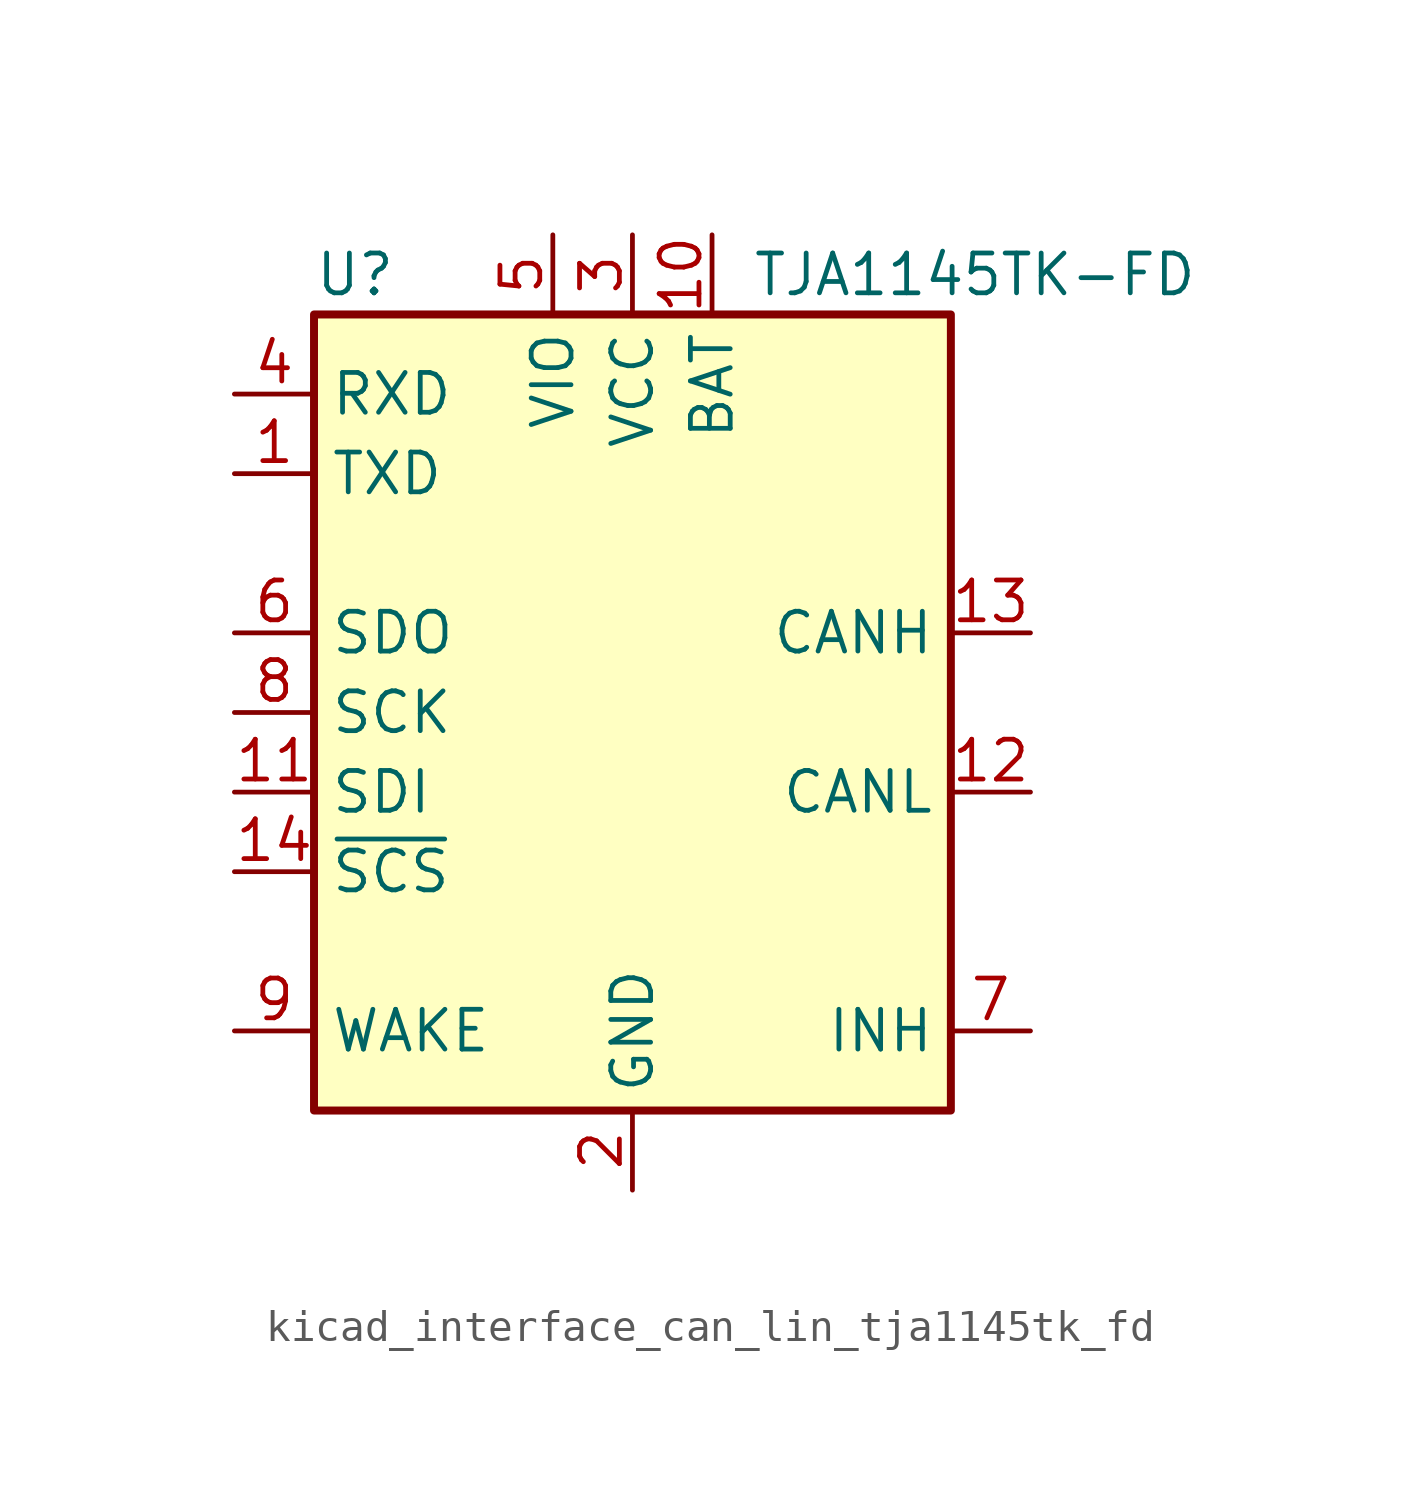
<source format=kicad_sym>
(kicad_symbol_lib
  (version 20220914)
  (generator kicad_symbol_editor)
  (symbol "kicad_interface_can_lin_tja1145tk_fd"
    (property "Reference" "U"
      (at -10.16 13.97 0)
      (effects (font (size 1.27 1.27)) (justify left)))
    (property "Value" "TJA1145TK-FD"
      (at 3.81 13.97 0)
      (effects (font (size 1.27 1.27)) (justify left)))
    (symbol "kicad_interface_can_lin_tja1145tk_fd_0_1"
      (rectangle (start -10.16 12.7) (end 10.16 -12.7) (stroke (width 0.254) (type default)) (fill (type background))))
    (symbol "kicad_interface_can_lin_tja1145tk_fd_1_1"
      (pin input line (at -12.7 7.62 0) (length 2.54) (name "TXD" (effects (font (size 1.27 1.27)))) (number "1" (effects (font (size 1.27 1.27)))))
      (pin power_in line (at 2.54 15.24 270) (length 2.54) (name "BAT" (effects (font (size 1.27 1.27)))) (number "10" (effects (font (size 1.27 1.27)))))
      (pin input line (at -12.7 -2.54 0) (length 2.54) (name "SDI" (effects (font (size 1.27 1.27)))) (number "11" (effects (font (size 1.27 1.27)))))
      (pin bidirectional line (at 12.7 -2.54 180) (length 2.54) (name "CANL" (effects (font (size 1.27 1.27)))) (number "12" (effects (font (size 1.27 1.27)))))
      (pin bidirectional line (at 12.7 2.54 180) (length 2.54) (name "CANH" (effects (font (size 1.27 1.27)))) (number "13" (effects (font (size 1.27 1.27)))))
      (pin input line (at -12.7 -5.08 0) (length 2.54) (name "~{SCS}" (effects (font (size 1.27 1.27)))) (number "14" (effects (font (size 1.27 1.27)))))
      (pin passive line (at 0 -15.24 90) (length 2.54) hide (name "GND" (effects (font (size 1.27 1.27)))) (number "15" (effects (font (size 1.27 1.27)))))
      (pin power_in line (at 0 -15.24 90) (length 2.54) (name "GND" (effects (font (size 1.27 1.27)))) (number "2" (effects (font (size 1.27 1.27)))))
      (pin power_in line (at 0 15.24 270) (length 2.54) (name "VCC" (effects (font (size 1.27 1.27)))) (number "3" (effects (font (size 1.27 1.27)))))
      (pin output line (at -12.7 10.16 0) (length 2.54) (name "RXD" (effects (font (size 1.27 1.27)))) (number "4" (effects (font (size 1.27 1.27)))))
      (pin power_in line (at -2.54 15.24 270) (length 2.54) (name "VIO" (effects (font (size 1.27 1.27)))) (number "5" (effects (font (size 1.27 1.27)))))
      (pin output line (at -12.7 2.54 0) (length 2.54) (name "SDO" (effects (font (size 1.27 1.27)))) (number "6" (effects (font (size 1.27 1.27)))))
      (pin open_emitter line (at 12.7 -10.16 180) (length 2.54) (name "INH" (effects (font (size 1.27 1.27)))) (number "7" (effects (font (size 1.27 1.27)))))
      (pin input line (at -12.7 0 0) (length 2.54) (name "SCK" (effects (font (size 1.27 1.27)))) (number "8" (effects (font (size 1.27 1.27)))))
      (pin input line (at -12.7 -10.16 0) (length 2.54) (name "WAKE" (effects (font (size 1.27 1.27)))) (number "9" (effects (font (size 1.27 1.27))))))))
</source>
